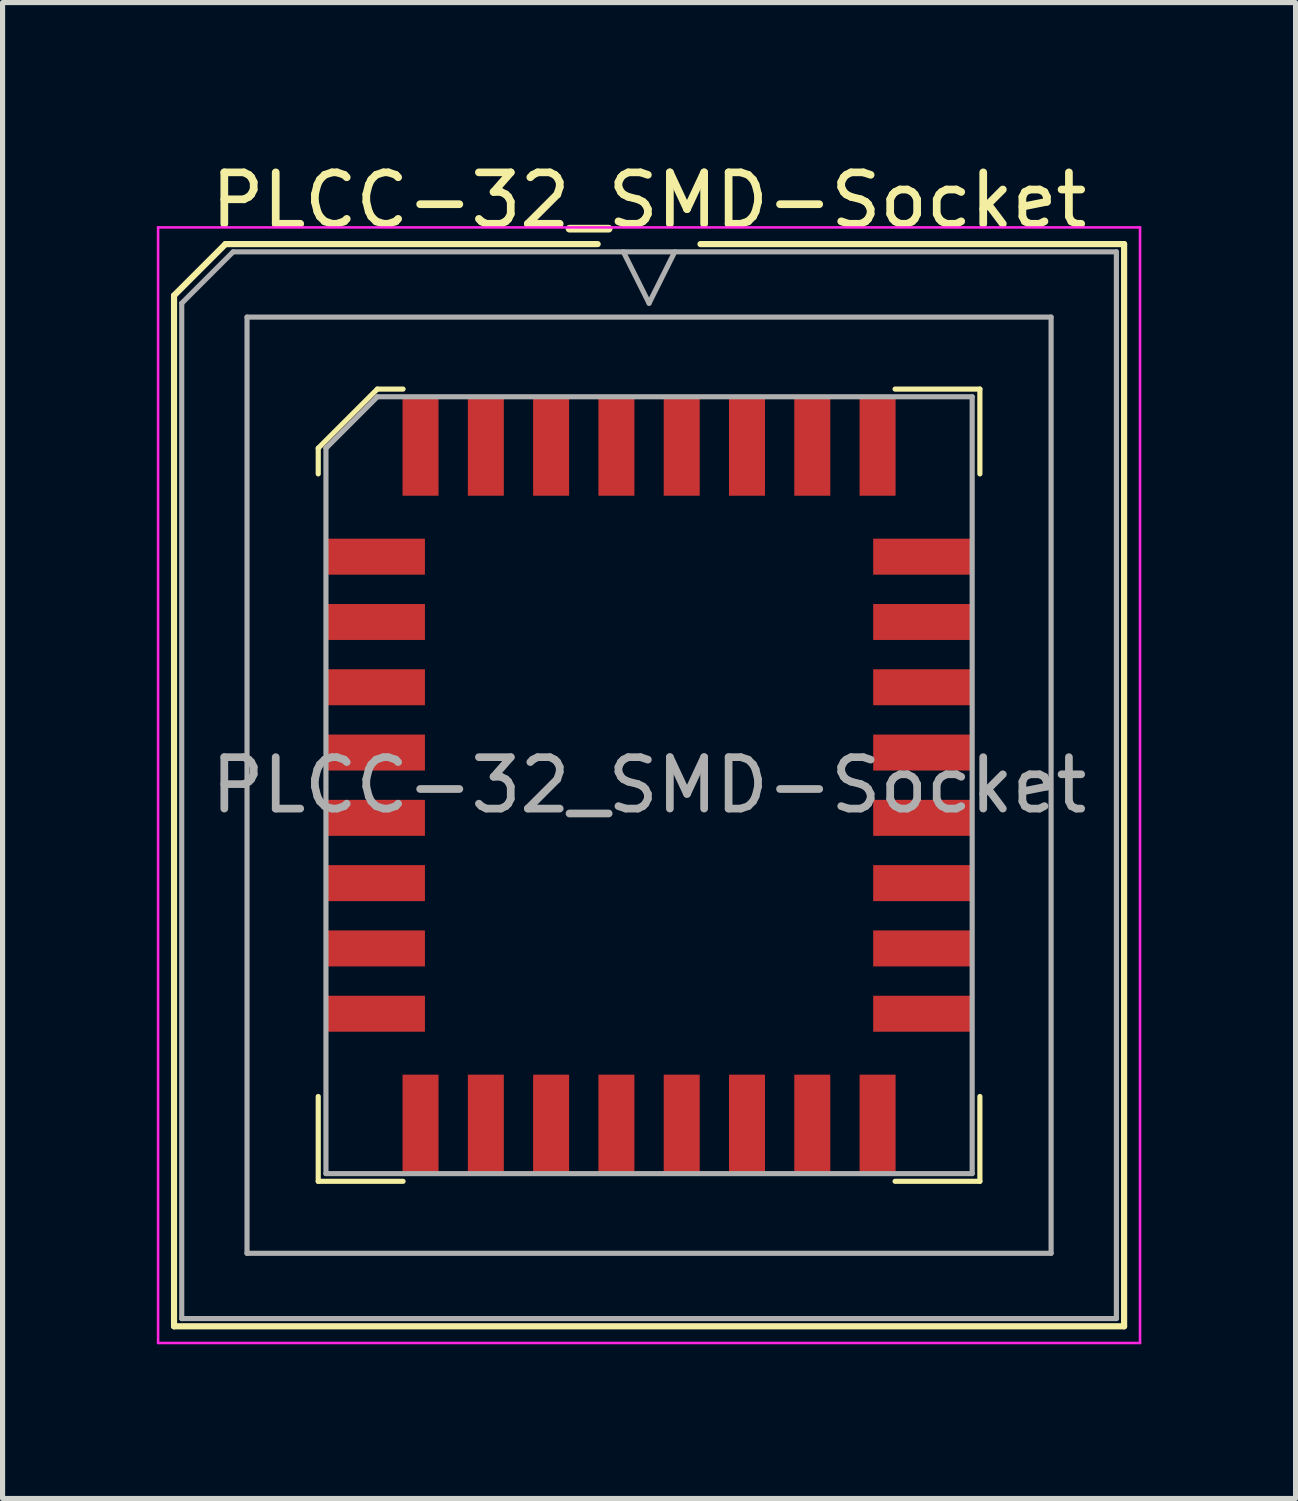
<source format=kicad_pcb>
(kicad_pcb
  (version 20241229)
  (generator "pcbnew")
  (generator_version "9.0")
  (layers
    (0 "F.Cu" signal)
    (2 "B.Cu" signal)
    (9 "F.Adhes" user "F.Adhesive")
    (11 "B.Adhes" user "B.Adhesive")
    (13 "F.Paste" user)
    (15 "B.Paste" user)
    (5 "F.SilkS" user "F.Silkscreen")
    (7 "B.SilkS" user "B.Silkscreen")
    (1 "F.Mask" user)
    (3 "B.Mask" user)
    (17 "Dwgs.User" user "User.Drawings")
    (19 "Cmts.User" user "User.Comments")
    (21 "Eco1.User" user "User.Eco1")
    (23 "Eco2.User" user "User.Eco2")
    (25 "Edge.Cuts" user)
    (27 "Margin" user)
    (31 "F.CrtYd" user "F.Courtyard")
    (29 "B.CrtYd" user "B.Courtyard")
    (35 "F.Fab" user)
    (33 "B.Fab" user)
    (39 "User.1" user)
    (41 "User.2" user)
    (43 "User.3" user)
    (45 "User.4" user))
  (footprint "PLCC-32_SMD-Socket"
    (layer "F.Cu")
    (at 9.575 12.223)
    (property "Reference" "PLCC-32_SMD-Socket" (at 0 -11.375 0) (layer "F.SilkS") (effects (font (size 1 1) (thickness 0.15))))
    (attr smd)
    (fp_line (start -9.24 -9.525) (end -9.24 10.525) (stroke (width 0.12) (type solid)) (layer "F.SilkS"))
    (fp_line (start -9.24 10.525) (end 9.24 10.525) (stroke (width 0.12) (type solid)) (layer "F.SilkS"))
    (fp_line (start -8.24 -10.525) (end -9.24 -9.525) (stroke (width 0.12) (type solid)) (layer "F.SilkS"))
    (fp_line (start -6.435 -6.555) (end -6.435 -6.055) (stroke (width 0.1) (type solid)) (layer "F.SilkS"))
    (fp_line (start -6.435 7.705) (end -6.435 6.055) (stroke (width 0.1) (type solid)) (layer "F.SilkS"))
    (fp_line (start -5.285 -7.705) (end -6.435 -6.555) (stroke (width 0.1) (type solid)) (layer "F.SilkS"))
    (fp_line (start -4.785 -7.705) (end -5.285 -7.705) (stroke (width 0.1) (type solid)) (layer "F.SilkS"))
    (fp_line (start -4.785 7.705) (end -6.435 7.705) (stroke (width 0.1) (type solid)) (layer "F.SilkS"))
    (fp_line (start -1 -10.525) (end -8.24 -10.525) (stroke (width 0.12) (type solid)) (layer "F.SilkS"))
    (fp_line (start 4.785 -7.705) (end 6.435 -7.705) (stroke (width 0.1) (type solid)) (layer "F.SilkS"))
    (fp_line (start 4.785 7.705) (end 6.435 7.705) (stroke (width 0.1) (type solid)) (layer "F.SilkS"))
    (fp_line (start 6.435 -7.705) (end 6.435 -6.055) (stroke (width 0.1) (type solid)) (layer "F.SilkS"))
    (fp_line (start 6.435 7.705) (end 6.435 6.055) (stroke (width 0.1) (type solid)) (layer "F.SilkS"))
    (fp_line (start 9.24 -10.525) (end 1 -10.525) (stroke (width 0.12) (type solid)) (layer "F.SilkS"))
    (fp_line (start 9.24 10.525) (end 9.24 -10.525) (stroke (width 0.12) (type solid)) (layer "F.SilkS"))
    (fp_line (start -9.55 -10.85) (end -9.55 10.85) (stroke (width 0.05) (type solid)) (layer "F.CrtYd"))
    (fp_line (start -9.55 10.85) (end 9.55 10.85) (stroke (width 0.05) (type solid)) (layer "F.CrtYd"))
    (fp_line (start 9.55 -10.85) (end -9.55 -10.85) (stroke (width 0.05) (type solid)) (layer "F.CrtYd"))
    (fp_line (start 9.55 10.85) (end 9.55 -10.85) (stroke (width 0.05) (type solid)) (layer "F.CrtYd"))
    (fp_line (start -9.09 -9.375) (end -9.09 10.375) (stroke (width 0.1) (type solid)) (layer "F.Fab"))
    (fp_line (start -9.09 10.375) (end 9.09 10.375) (stroke (width 0.1) (type solid)) (layer "F.Fab"))
    (fp_line (start -8.09 -10.375) (end -9.09 -9.375) (stroke (width 0.1) (type solid)) (layer "F.Fab"))
    (fp_line (start -7.82 -9.105) (end -7.82 9.105) (stroke (width 0.1) (type solid)) (layer "F.Fab"))
    (fp_line (start -7.82 9.105) (end 7.82 9.105) (stroke (width 0.1) (type solid)) (layer "F.Fab"))
    (fp_line (start -6.285 -6.555) (end -6.285 7.555) (stroke (width 0.1) (type solid)) (layer "F.Fab"))
    (fp_line (start -6.285 7.555) (end 6.285 7.555) (stroke (width 0.1) (type solid)) (layer "F.Fab"))
    (fp_line (start -5.285 -7.555) (end -6.285 -6.555) (stroke (width 0.1) (type solid)) (layer "F.Fab"))
    (fp_line (start -0.5 -10.375) (end 0 -9.375) (stroke (width 0.1) (type solid)) (layer "F.Fab"))
    (fp_line (start 0 -9.375) (end 0.5 -10.375) (stroke (width 0.1) (type solid)) (layer "F.Fab"))
    (fp_line (start 6.285 -7.555) (end -5.285 -7.555) (stroke (width 0.1) (type solid)) (layer "F.Fab"))
    (fp_line (start 6.285 7.555) (end 6.285 -7.555) (stroke (width 0.1) (type solid)) (layer "F.Fab"))
    (fp_line (start 7.82 -9.105) (end -7.82 -9.105) (stroke (width 0.1) (type solid)) (layer "F.Fab"))
    (fp_line (start 7.82 9.105) (end 7.82 -9.105) (stroke (width 0.1) (type solid)) (layer "F.Fab"))
    (fp_line (start 9.09 -10.375) (end -8.09 -10.375) (stroke (width 0.1) (type solid)) (layer "F.Fab"))
    (fp_line (start 9.09 10.375) (end 9.09 -10.375) (stroke (width 0.1) (type solid)) (layer "F.Fab"))
    (fp_text user "${REFERENCE}" (at 0 0 0) (layer "F.Fab") (effects (font (size 1 1) (thickness 0.15))))
    (pad "1" smd rect (at -0.635 -6.593) (size 0.7 1.925) (layers "F.Cu" "F.Mask" "F.Paste"))
    (pad "2" smd rect (at -1.905 -6.593) (size 0.7 1.925) (layers "F.Cu" "F.Mask" "F.Paste"))
    (pad "3" smd rect (at -3.175 -6.593) (size 0.7 1.925) (layers "F.Cu" "F.Mask" "F.Paste"))
    (pad "4" smd rect (at -4.445 -6.593) (size 0.7 1.925) (layers "F.Cu" "F.Mask" "F.Paste"))
    (pad "5" smd rect (at -5.322 -4.445) (size 1.925 0.7) (layers "F.Cu" "F.Mask" "F.Paste"))
    (pad "6" smd rect (at -5.322 -3.175) (size 1.925 0.7) (layers "F.Cu" "F.Mask" "F.Paste"))
    (pad "7" smd rect (at -5.322 -1.905) (size 1.925 0.7) (layers "F.Cu" "F.Mask" "F.Paste"))
    (pad "8" smd rect (at -5.322 -0.635) (size 1.925 0.7) (layers "F.Cu" "F.Mask" "F.Paste"))
    (pad "9" smd rect (at -5.322 0.635) (size 1.925 0.7) (layers "F.Cu" "F.Mask" "F.Paste"))
    (pad "10" smd rect (at -5.322 1.905) (size 1.925 0.7) (layers "F.Cu" "F.Mask" "F.Paste"))
    (pad "11" smd rect (at -5.322 3.175) (size 1.925 0.7) (layers "F.Cu" "F.Mask" "F.Paste"))
    (pad "12" smd rect (at -5.322 4.445) (size 1.925 0.7) (layers "F.Cu" "F.Mask" "F.Paste"))
    (pad "13" smd rect (at -4.445 6.593) (size 0.7 1.925) (layers "F.Cu" "F.Mask" "F.Paste"))
    (pad "14" smd rect (at -3.175 6.593) (size 0.7 1.925) (layers "F.Cu" "F.Mask" "F.Paste"))
    (pad "15" smd rect (at -1.905 6.593) (size 0.7 1.925) (layers "F.Cu" "F.Mask" "F.Paste"))
    (pad "16" smd rect (at -0.635 6.593) (size 0.7 1.925) (layers "F.Cu" "F.Mask" "F.Paste"))
    (pad "17" smd rect (at 0.635 6.593) (size 0.7 1.925) (layers "F.Cu" "F.Mask" "F.Paste"))
    (pad "18" smd rect (at 1.905 6.593) (size 0.7 1.925) (layers "F.Cu" "F.Mask" "F.Paste"))
    (pad "19" smd rect (at 3.175 6.593) (size 0.7 1.925) (layers "F.Cu" "F.Mask" "F.Paste"))
    (pad "20" smd rect (at 4.445 6.593) (size 0.7 1.925) (layers "F.Cu" "F.Mask" "F.Paste"))
    (pad "21" smd rect (at 5.322 4.445) (size 1.925 0.7) (layers "F.Cu" "F.Mask" "F.Paste"))
    (pad "22" smd rect (at 5.322 3.175) (size 1.925 0.7) (layers "F.Cu" "F.Mask" "F.Paste"))
    (pad "23" smd rect (at 5.322 1.905) (size 1.925 0.7) (layers "F.Cu" "F.Mask" "F.Paste"))
    (pad "24" smd rect (at 5.322 0.635) (size 1.925 0.7) (layers "F.Cu" "F.Mask" "F.Paste"))
    (pad "25" smd rect (at 5.322 -0.635) (size 1.925 0.7) (layers "F.Cu" "F.Mask" "F.Paste"))
    (pad "26" smd rect (at 5.322 -1.905) (size 1.925 0.7) (layers "F.Cu" "F.Mask" "F.Paste"))
    (pad "27" smd rect (at 5.322 -3.175) (size 1.925 0.7) (layers "F.Cu" "F.Mask" "F.Paste"))
    (pad "28" smd rect (at 5.322 -4.445) (size 1.925 0.7) (layers "F.Cu" "F.Mask" "F.Paste"))
    (pad "29" smd rect (at 4.445 -6.593) (size 0.7 1.925) (layers "F.Cu" "F.Mask" "F.Paste"))
    (pad "30" smd rect (at 3.175 -6.593) (size 0.7 1.925) (layers "F.Cu" "F.Mask" "F.Paste"))
    (pad "31" smd rect (at 1.905 -6.593) (size 0.7 1.925) (layers "F.Cu" "F.Mask" "F.Paste"))
    (pad "32" smd rect (at 0.635 -6.593) (size 0.7 1.925) (layers "F.Cu" "F.Mask" "F.Paste")))
  (gr_rect
    (start -3 -3)
    (end 22.15 26.098)
    (stroke (width 0.1) (type default))
    (fill no)
    (layer "Edge.Cuts")))
</source>
